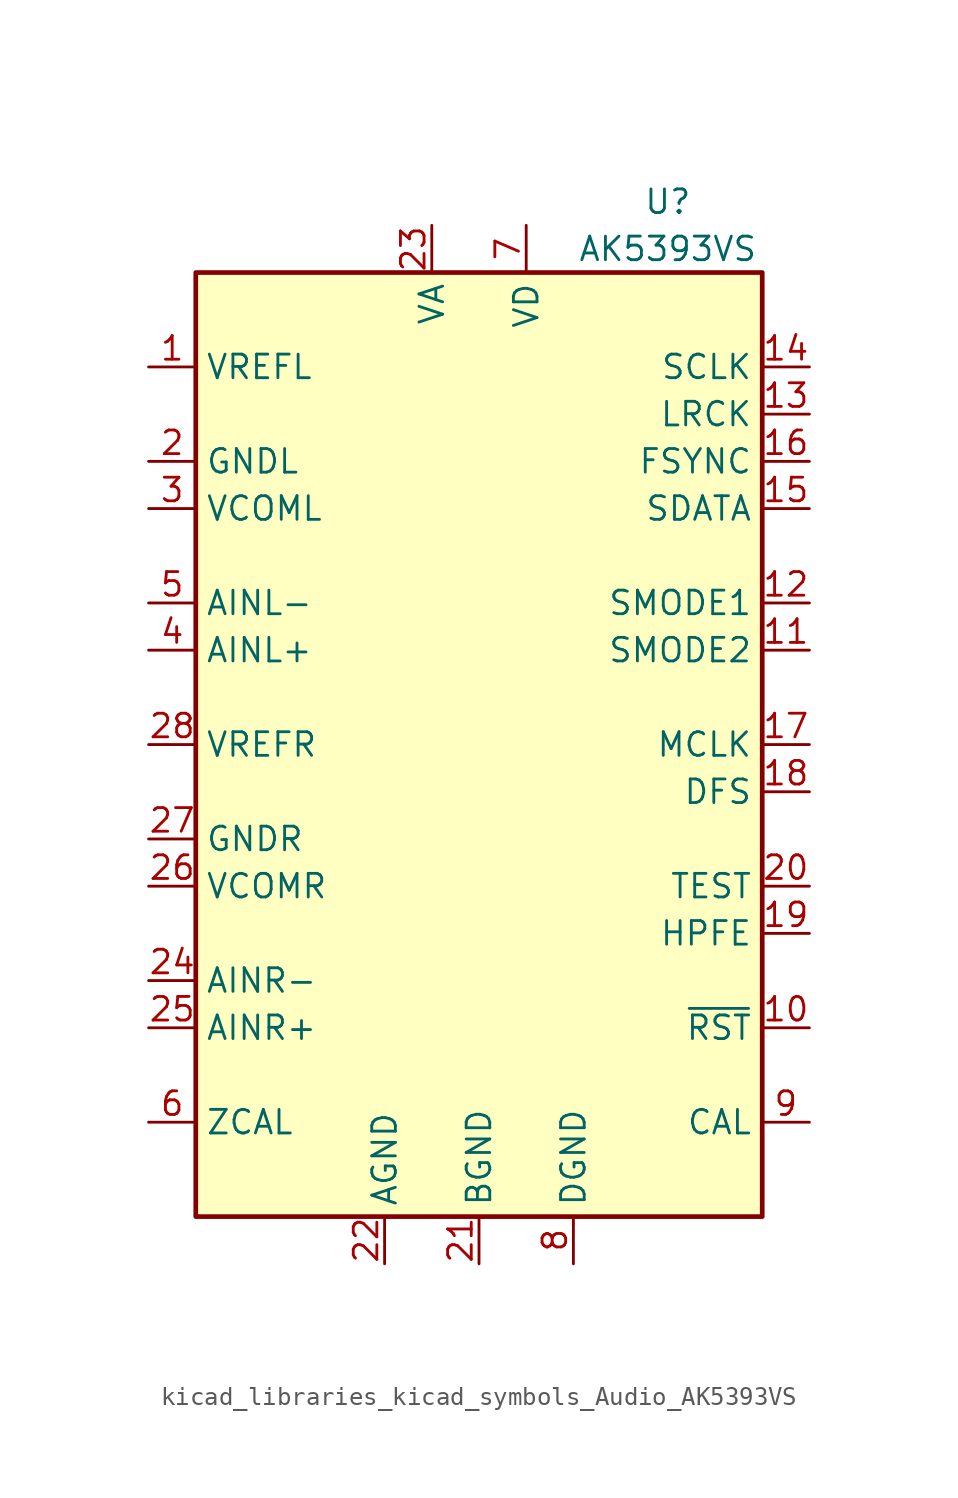
<source format=kicad_sym>
(kicad_symbol_lib
  (version 20220914)
  (generator kicad_symbol_editor)
  (symbol "kicad_libraries_kicad_symbols_Audio_AK5393VS"
    (property "Reference" "U"
      (at 10.16 29.21 0)
      (effects (font (size 1.27 1.27))))
    (property "Value" "AK5393VS"
      (at 10.16 26.67 0)
      (effects (font (size 1.27 1.27))))
    (symbol "kicad_libraries_kicad_symbols_Audio_AK5393VS_0_1"
      (rectangle (start -15.24 25.4) (end 15.24 -25.4) (stroke (width 0.254) (type default)) (fill (type background))))
    (symbol "kicad_libraries_kicad_symbols_Audio_AK5393VS_1_1"
      (pin output line (at -17.78 20.32 0) (length 2.54) (name "VREFL" (effects (font (size 1.27 1.27)))) (number "1" (effects (font (size 1.27 1.27)))))
      (pin input line (at 17.78 -15.24 180) (length 2.54) (name "~{RST}" (effects (font (size 1.27 1.27)))) (number "10" (effects (font (size 1.27 1.27)))))
      (pin input line (at 17.78 5.08 180) (length 2.54) (name "SMODE2" (effects (font (size 1.27 1.27)))) (number "11" (effects (font (size 1.27 1.27)))))
      (pin input line (at 17.78 7.62 180) (length 2.54) (name "SMODE1" (effects (font (size 1.27 1.27)))) (number "12" (effects (font (size 1.27 1.27)))))
      (pin bidirectional line (at 17.78 17.78 180) (length 2.54) (name "LRCK" (effects (font (size 1.27 1.27)))) (number "13" (effects (font (size 1.27 1.27)))))
      (pin bidirectional line (at 17.78 20.32 180) (length 2.54) (name "SCLK" (effects (font (size 1.27 1.27)))) (number "14" (effects (font (size 1.27 1.27)))))
      (pin output line (at 17.78 12.7 180) (length 2.54) (name "SDATA" (effects (font (size 1.27 1.27)))) (number "15" (effects (font (size 1.27 1.27)))))
      (pin bidirectional line (at 17.78 15.24 180) (length 2.54) (name "FSYNC" (effects (font (size 1.27 1.27)))) (number "16" (effects (font (size 1.27 1.27)))))
      (pin input line (at 17.78 0 180) (length 2.54) (name "MCLK" (effects (font (size 1.27 1.27)))) (number "17" (effects (font (size 1.27 1.27)))))
      (pin input line (at 17.78 -2.54 180) (length 2.54) (name "DFS" (effects (font (size 1.27 1.27)))) (number "18" (effects (font (size 1.27 1.27)))))
      (pin input line (at 17.78 -10.16 180) (length 2.54) (name "HPFE" (effects (font (size 1.27 1.27)))) (number "19" (effects (font (size 1.27 1.27)))))
      (pin power_in line (at -17.78 15.24 0) (length 2.54) (name "GNDL" (effects (font (size 1.27 1.27)))) (number "2" (effects (font (size 1.27 1.27)))))
      (pin input line (at 17.78 -7.62 180) (length 2.54) (name "TEST" (effects (font (size 1.27 1.27)))) (number "20" (effects (font (size 1.27 1.27)))))
      (pin power_in line (at 0 -27.94 90) (length 2.54) (name "BGND" (effects (font (size 1.27 1.27)))) (number "21" (effects (font (size 1.27 1.27)))))
      (pin power_in line (at -5.08 -27.94 90) (length 2.54) (name "AGND" (effects (font (size 1.27 1.27)))) (number "22" (effects (font (size 1.27 1.27)))))
      (pin power_in line (at -2.54 27.94 270) (length 2.54) (name "VA" (effects (font (size 1.27 1.27)))) (number "23" (effects (font (size 1.27 1.27)))))
      (pin input line (at -17.78 -12.7 0) (length 2.54) (name "AINR-" (effects (font (size 1.27 1.27)))) (number "24" (effects (font (size 1.27 1.27)))))
      (pin input line (at -17.78 -15.24 0) (length 2.54) (name "AINR+" (effects (font (size 1.27 1.27)))) (number "25" (effects (font (size 1.27 1.27)))))
      (pin output line (at -17.78 -7.62 0) (length 2.54) (name "VCOMR" (effects (font (size 1.27 1.27)))) (number "26" (effects (font (size 1.27 1.27)))))
      (pin output line (at -17.78 -5.08 0) (length 2.54) (name "GNDR" (effects (font (size 1.27 1.27)))) (number "27" (effects (font (size 1.27 1.27)))))
      (pin output line (at -17.78 0 0) (length 2.54) (name "VREFR" (effects (font (size 1.27 1.27)))) (number "28" (effects (font (size 1.27 1.27)))))
      (pin output line (at -17.78 12.7 0) (length 2.54) (name "VCOML" (effects (font (size 1.27 1.27)))) (number "3" (effects (font (size 1.27 1.27)))))
      (pin input line (at -17.78 5.08 0) (length 2.54) (name "AINL+" (effects (font (size 1.27 1.27)))) (number "4" (effects (font (size 1.27 1.27)))))
      (pin input line (at -17.78 7.62 0) (length 2.54) (name "AINL-" (effects (font (size 1.27 1.27)))) (number "5" (effects (font (size 1.27 1.27)))))
      (pin input line (at -17.78 -20.32 0) (length 2.54) (name "ZCAL" (effects (font (size 1.27 1.27)))) (number "6" (effects (font (size 1.27 1.27)))))
      (pin power_in line (at 2.54 27.94 270) (length 2.54) (name "VD" (effects (font (size 1.27 1.27)))) (number "7" (effects (font (size 1.27 1.27)))))
      (pin power_in line (at 5.08 -27.94 90) (length 2.54) (name "DGND" (effects (font (size 1.27 1.27)))) (number "8" (effects (font (size 1.27 1.27)))))
      (pin output line (at 17.78 -20.32 180) (length 2.54) (name "CAL" (effects (font (size 1.27 1.27)))) (number "9" (effects (font (size 1.27 1.27))))))))
</source>
